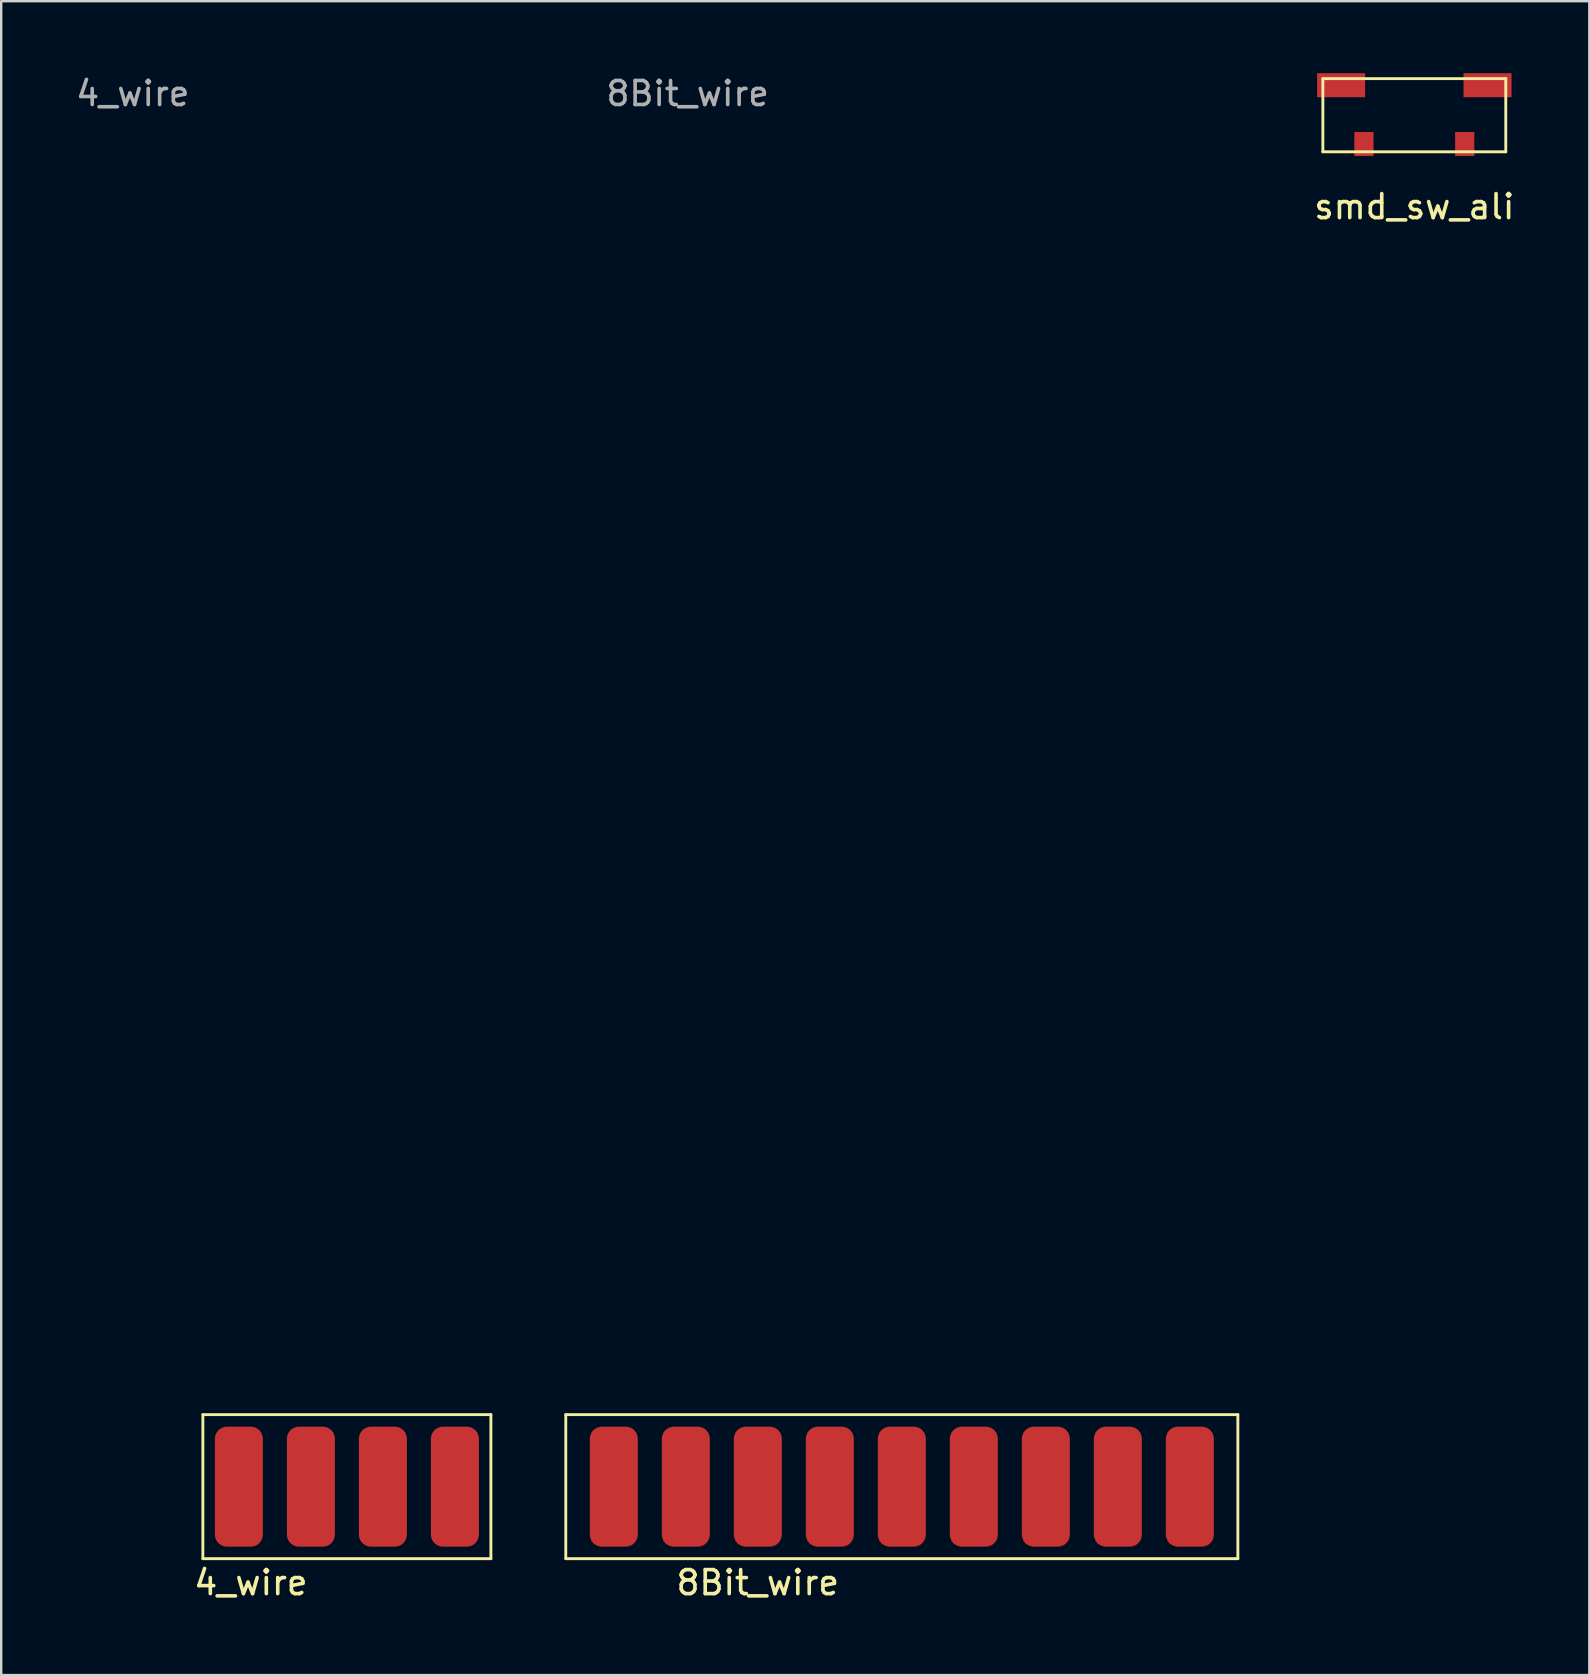
<source format=kicad_pcb>
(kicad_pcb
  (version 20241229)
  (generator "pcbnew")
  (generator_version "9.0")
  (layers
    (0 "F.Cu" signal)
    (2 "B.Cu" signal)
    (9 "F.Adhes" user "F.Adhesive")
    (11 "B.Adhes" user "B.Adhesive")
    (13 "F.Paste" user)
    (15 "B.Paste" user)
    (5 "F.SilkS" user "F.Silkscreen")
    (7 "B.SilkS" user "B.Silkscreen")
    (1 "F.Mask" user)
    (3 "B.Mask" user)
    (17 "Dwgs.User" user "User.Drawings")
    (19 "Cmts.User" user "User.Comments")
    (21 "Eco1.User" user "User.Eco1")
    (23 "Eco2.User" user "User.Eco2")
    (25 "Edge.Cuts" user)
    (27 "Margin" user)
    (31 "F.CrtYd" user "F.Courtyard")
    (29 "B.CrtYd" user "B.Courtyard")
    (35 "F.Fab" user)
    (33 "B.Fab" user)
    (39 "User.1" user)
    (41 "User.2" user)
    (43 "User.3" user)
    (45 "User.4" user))
  (footprint "smd_sw_ali"
    (layer "F.Cu")
    (at 55.874 1.75)
    (property "Reference" "smd_sw_ali" (at 0 3.81 0) (layer "F.SilkS") (effects (font (size 1 1) (thickness 0.15))))
    (attr through_hole)
    (fp_line (start -3.81 -1.524) (end 3.81 -1.524) (stroke (width 0.12) (type solid)) (layer "F.SilkS"))
    (fp_line (start -3.81 1.524) (end -3.81 -1.524) (stroke (width 0.12) (type solid)) (layer "F.SilkS"))
    (fp_line (start 3.81 -1.524) (end 3.81 1.524) (stroke (width 0.12) (type solid)) (layer "F.SilkS"))
    (fp_line (start 3.81 1.524) (end -3.81 1.524) (stroke (width 0.12) (type solid)) (layer "F.SilkS"))
    (pad "0" smd rect (at -3.05 -1.25) (size 2 1) (layers "F.Cu" "F.Mask" "F.Paste"))
    (pad "0" smd rect (at 3.05 -1.25) (size 2 1) (layers "F.Cu" "F.Mask" "F.Paste"))
    (pad "1" smd rect (at -2.1 1.2) (size 0.8 1) (layers "F.Cu" "F.Mask" "F.Paste"))
    (pad "2" smd rect (at 2.1 1.2) (size 0.8 1) (layers "F.Cu" "F.Mask" "F.Paste")))
  (footprint "4_wire"
    (layer "F.Cu")
    (at 11.402 58.888)
    (property "Reference" "4_wire" (at -4 4 0) (layer "F.SilkS") (effects (font (size 1 1) (thickness 0.15))))
    (attr exclude_from_pos_files exclude_from_bom)
    (fp_line (start -6 -3) (end 6 -3) (stroke (width 0.12) (type solid)) (layer "F.SilkS"))
    (fp_line (start -6 3) (end -6 -3) (stroke (width 0.12) (type solid)) (layer "F.SilkS"))
    (fp_line (start -6 3) (end 6 3) (stroke (width 0.12) (type solid)) (layer "F.SilkS"))
    (fp_line (start 6 -3) (end 6 3) (stroke (width 0.12) (type solid)) (layer "F.SilkS"))
    (fp_text user "${REFERENCE}" (at -8.92 -58.04 0) (layer "F.Fab") (effects (font (size 1 1) (thickness 0.15))))
    (pad "1" smd roundrect (at -4.5 0) (size 2 5) (layers "F.Cu" "F.Mask" "F.Paste") (roundrect_rratio 0.25))
    (pad "2" smd roundrect (at -1.5 0) (size 2 5) (layers "F.Cu" "F.Mask" "F.Paste") (roundrect_rratio 0.25))
    (pad "3" smd roundrect (at 1.5 0) (size 2 5) (layers "F.Cu" "F.Mask" "F.Paste") (roundrect_rratio 0.25))
    (pad "4" smd roundrect (at 4.5 0) (size 2 5) (layers "F.Cu" "F.Mask" "F.Paste") (roundrect_rratio 0.25)))
  (footprint "8Bit_wire"
    (layer "F.Cu")
    (at 34.522 58.888)
    (property "Reference" "8Bit_wire" (at -6 4 0) (layer "F.SilkS") (effects (font (size 1 1) (thickness 0.15))))
    (attr exclude_from_pos_files exclude_from_bom)
    (fp_line (start -14 -3) (end 14 -3) (stroke (width 0.12) (type solid)) (layer "F.SilkS"))
    (fp_line (start -14 3) (end -14 -3) (stroke (width 0.12) (type solid)) (layer "F.SilkS"))
    (fp_line (start 14 -3) (end 14 3) (stroke (width 0.12) (type solid)) (layer "F.SilkS"))
    (fp_line (start 14 3) (end -14 3) (stroke (width 0.12) (type solid)) (layer "F.SilkS"))
    (fp_text user "${REFERENCE}" (at -8.92 -58.04 0) (layer "F.Fab") (effects (font (size 1 1) (thickness 0.15))))
    (pad "1" smd roundrect (at -12 0) (size 2 5) (layers "F.Cu" "F.Mask" "F.Paste") (roundrect_rratio 0.25))
    (pad "2" smd roundrect (at -9 0) (size 2 5) (layers "F.Cu" "F.Mask" "F.Paste") (roundrect_rratio 0.25))
    (pad "3" smd roundrect (at -6 0) (size 2 5) (layers "F.Cu" "F.Mask" "F.Paste") (roundrect_rratio 0.25))
    (pad "4" smd roundrect (at -3 0) (size 2 5) (layers "F.Cu" "F.Mask" "F.Paste") (roundrect_rratio 0.25))
    (pad "5" smd roundrect (at 0 0) (size 2 5) (layers "F.Cu" "F.Mask" "F.Paste") (roundrect_rratio 0.25))
    (pad "6" smd roundrect (at 3 0) (size 2 5) (layers "F.Cu" "F.Mask" "F.Paste") (roundrect_rratio 0.25))
    (pad "7" smd roundrect (at 6 0) (size 2 5) (layers "F.Cu" "F.Mask" "F.Paste") (roundrect_rratio 0.25))
    (pad "8" smd roundrect (at 9 0) (size 2 5) (layers "F.Cu" "F.Mask" "F.Paste") (roundrect_rratio 0.25))
    (pad "9" smd roundrect (at 12 0) (size 2 5) (layers "F.Cu" "F.Mask" "F.Paste") (roundrect_rratio 0.25)))
  (gr_rect
    (start -3 -3)
    (end 63.165 66.737)
    (stroke (width 0.1) (type default))
    (fill no)
    (layer "Edge.Cuts")))
</source>
